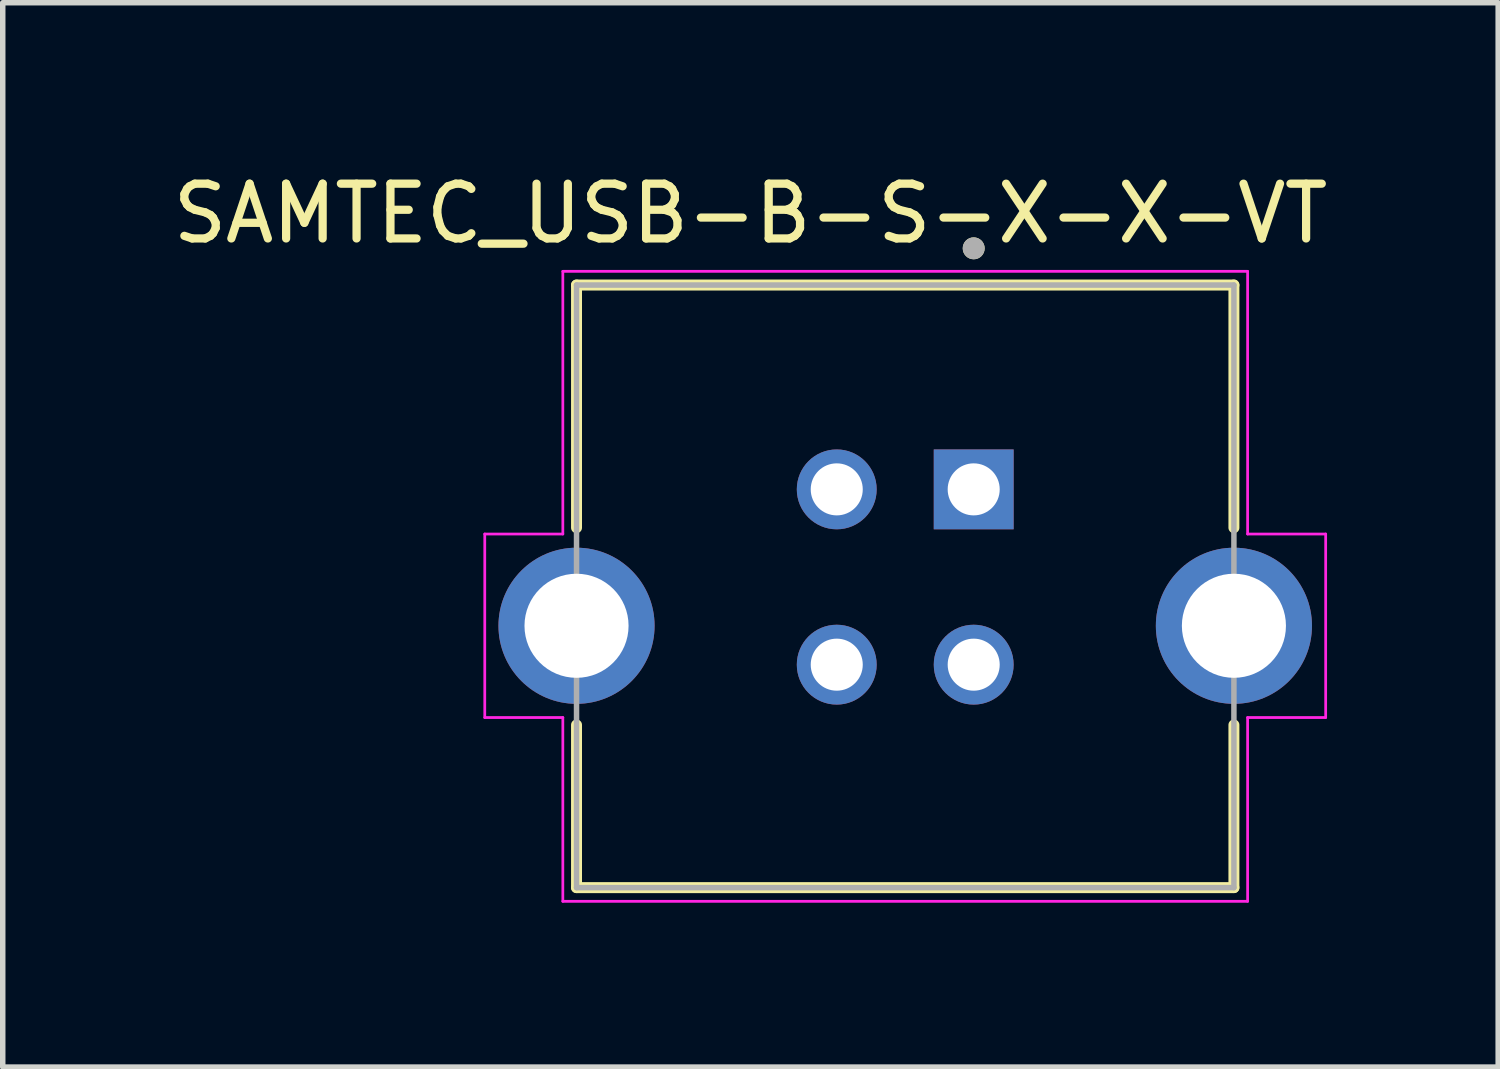
<source format=kicad_pcb>
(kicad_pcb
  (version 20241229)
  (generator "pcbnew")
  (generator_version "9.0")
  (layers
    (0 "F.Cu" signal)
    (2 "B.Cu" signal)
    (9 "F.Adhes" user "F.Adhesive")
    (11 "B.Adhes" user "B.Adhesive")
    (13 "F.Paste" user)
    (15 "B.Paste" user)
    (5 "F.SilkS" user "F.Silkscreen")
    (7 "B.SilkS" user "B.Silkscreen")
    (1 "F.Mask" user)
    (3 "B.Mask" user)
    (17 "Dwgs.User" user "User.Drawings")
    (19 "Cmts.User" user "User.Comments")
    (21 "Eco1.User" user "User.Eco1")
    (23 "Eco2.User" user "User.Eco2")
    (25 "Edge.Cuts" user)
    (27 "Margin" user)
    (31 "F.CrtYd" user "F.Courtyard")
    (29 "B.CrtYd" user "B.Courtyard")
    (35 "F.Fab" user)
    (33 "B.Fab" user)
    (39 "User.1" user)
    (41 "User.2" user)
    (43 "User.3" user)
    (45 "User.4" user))
  (footprint "SAMTEC_USB-B-S-X-X-VT"
    (layer "F.Cu")
    (at 13.474 7.483)
    (property "Reference" "SAMTEC_USB-B-S-X-X-VT" (at -2.825 -6.635 0) (layer "F.SilkS") (effects (font (size 1 1) (thickness 0.15))))
    (attr through_hole)
    (fp_line (start -6 -5.33) (end 6 -5.33) (stroke (width 0.2) (type solid)) (layer "F.SilkS"))
    (fp_line (start -6 -0.9) (end -6 -5.33) (stroke (width 0.2) (type solid)) (layer "F.SilkS"))
    (fp_line (start -6 5.67) (end -6 2.7) (stroke (width 0.2) (type solid)) (layer "F.SilkS"))
    (fp_line (start 6 -5.33) (end 6 -0.9) (stroke (width 0.2) (type solid)) (layer "F.SilkS"))
    (fp_line (start 6 2.7) (end 6 5.67) (stroke (width 0.2) (type solid)) (layer "F.SilkS"))
    (fp_line (start 6 5.67) (end -6 5.67) (stroke (width 0.2) (type solid)) (layer "F.SilkS"))
    (fp_circle (center 1.25 -6) (end 1.35 -6) (stroke (width 0.2) (type solid)) (fill no) (layer "F.SilkS"))
    (fp_line (start -7.675 -0.785) (end -6.25 -0.785) (stroke (width 0.05) (type solid)) (layer "F.CrtYd"))
    (fp_line (start -7.675 2.565) (end -7.675 -0.785) (stroke (width 0.05) (type solid)) (layer "F.CrtYd"))
    (fp_line (start -6.25 -5.58) (end 6.25 -5.58) (stroke (width 0.05) (type solid)) (layer "F.CrtYd"))
    (fp_line (start -6.25 -0.785) (end -6.25 -5.58) (stroke (width 0.05) (type solid)) (layer "F.CrtYd"))
    (fp_line (start -6.25 2.565) (end -7.675 2.565) (stroke (width 0.05) (type solid)) (layer "F.CrtYd"))
    (fp_line (start -6.25 5.92) (end -6.25 2.565) (stroke (width 0.05) (type solid)) (layer "F.CrtYd"))
    (fp_line (start 6.25 -5.58) (end 6.25 -0.785) (stroke (width 0.05) (type solid)) (layer "F.CrtYd"))
    (fp_line (start 6.25 -0.785) (end 7.675 -0.785) (stroke (width 0.05) (type solid)) (layer "F.CrtYd"))
    (fp_line (start 6.25 2.565) (end 6.25 5.92) (stroke (width 0.05) (type solid)) (layer "F.CrtYd"))
    (fp_line (start 6.25 5.92) (end -6.25 5.92) (stroke (width 0.05) (type solid)) (layer "F.CrtYd"))
    (fp_line (start 7.675 -0.785) (end 7.675 2.565) (stroke (width 0.05) (type solid)) (layer "F.CrtYd"))
    (fp_line (start 7.675 2.565) (end 6.25 2.565) (stroke (width 0.05) (type solid)) (layer "F.CrtYd"))
    (fp_line (start -6 -5.33) (end 6 -5.33) (stroke (width 0.1) (type solid)) (layer "F.Fab"))
    (fp_line (start -6 5.67) (end -6 -5.33) (stroke (width 0.1) (type solid)) (layer "F.Fab"))
    (fp_line (start 6 -5.33) (end 6 5.67) (stroke (width 0.1) (type solid)) (layer "F.Fab"))
    (fp_line (start 6 5.67) (end -6 5.67) (stroke (width 0.1) (type solid)) (layer "F.Fab"))
    (fp_circle (center 1.25 -6) (end 1.35 -6) (stroke (width 0.2) (type solid)) (fill no) (layer "F.Fab"))
    (pad "01" thru_hole rect (at 1.25 -1.6) (size 1.458 1.458) (drill 0.95) (layers "*.Cu" "*.Mask"))
    (pad "02" thru_hole circle (at -1.25 -1.6) (size 1.458 1.458) (drill 0.95) (layers "*.Cu" "*.Mask"))
    (pad "03" thru_hole circle (at -1.25 1.6) (size 1.458 1.458) (drill 0.95) (layers "*.Cu" "*.Mask"))
    (pad "04" thru_hole circle (at 1.25 1.6) (size 1.458 1.458) (drill 0.95) (layers "*.Cu" "*.Mask"))
    (pad "S1" thru_hole circle (at -6 0.89) (size 2.85 2.85) (drill 1.9) (layers "*.Cu" "*.Mask"))
    (pad "S2" thru_hole circle (at 6 0.89) (size 2.85 2.85) (drill 1.9) (layers "*.Cu" "*.Mask")))
  (gr_rect
    (start -3 -3)
    (end 24.298 16.428)
    (stroke (width 0.1) (type default))
    (fill no)
    (layer "Edge.Cuts")))
</source>
